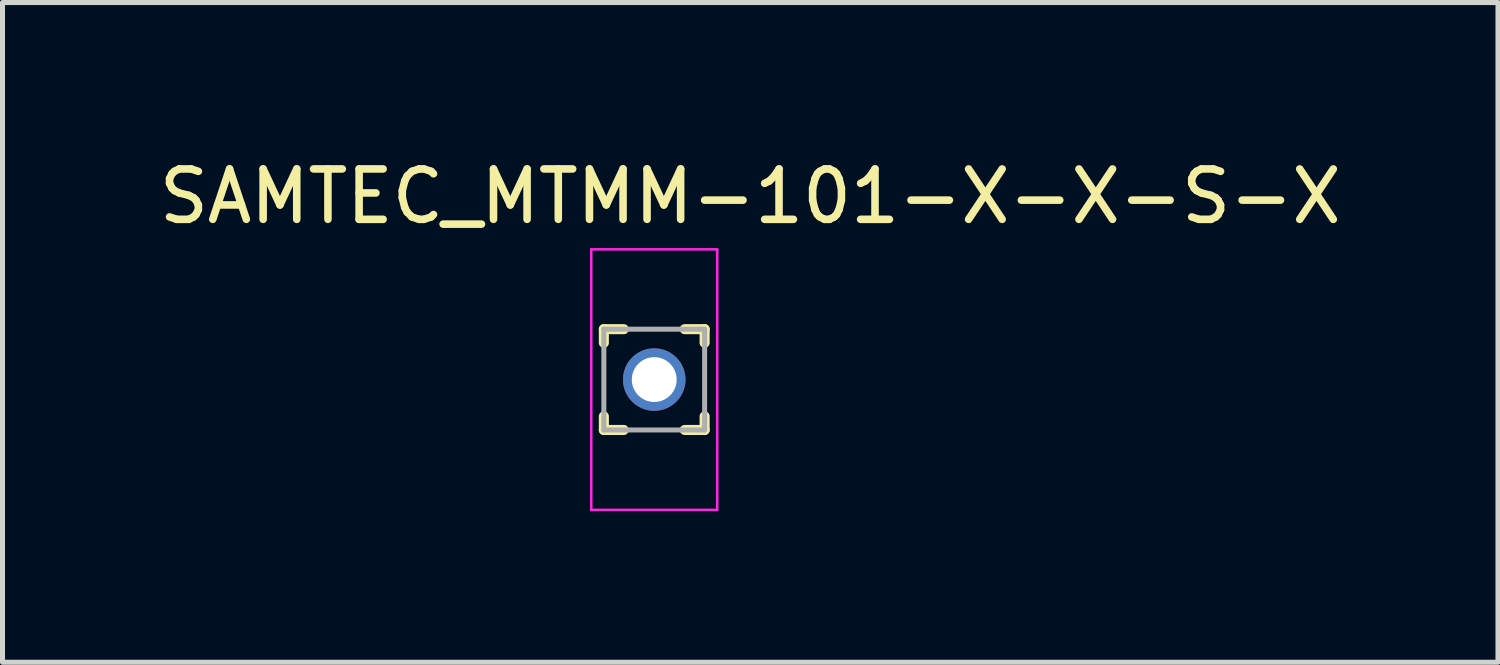
<source format=kicad_pcb>
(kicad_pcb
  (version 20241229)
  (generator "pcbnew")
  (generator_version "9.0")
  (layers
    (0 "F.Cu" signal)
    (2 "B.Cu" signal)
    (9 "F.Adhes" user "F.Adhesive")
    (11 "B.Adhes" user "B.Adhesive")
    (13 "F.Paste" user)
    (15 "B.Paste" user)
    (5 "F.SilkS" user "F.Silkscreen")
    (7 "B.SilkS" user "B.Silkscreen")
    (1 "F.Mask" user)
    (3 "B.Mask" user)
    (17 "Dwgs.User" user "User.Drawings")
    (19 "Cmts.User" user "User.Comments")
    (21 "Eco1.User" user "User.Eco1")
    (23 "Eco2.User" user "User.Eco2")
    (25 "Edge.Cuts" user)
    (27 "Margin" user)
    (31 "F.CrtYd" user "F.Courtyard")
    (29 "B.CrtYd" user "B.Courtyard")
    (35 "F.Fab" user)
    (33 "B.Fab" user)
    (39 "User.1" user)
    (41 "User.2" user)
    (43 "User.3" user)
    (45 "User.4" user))
  (footprint "SAMTEC_MTMM-101-X-X-S-X"
    (layer "F.Cu")
    (at 9.934 4.483)
    (property "Reference" "SAMTEC_MTMM-101-X-X-S-X" (at 1.905 -3.635 0) (layer "F.SilkS") (effects (font (size 1 1) (thickness 0.15))))
    (attr through_hole)
    (fp_line (start -1 -1) (end -1 -0.73) (stroke (width 0.2) (type solid)) (layer "F.SilkS"))
    (fp_line (start -1 -1) (end -0.605 -1) (stroke (width 0.2) (type solid)) (layer "F.SilkS"))
    (fp_line (start -1 1) (end -1 0.73) (stroke (width 0.2) (type solid)) (layer "F.SilkS"))
    (fp_line (start -0.605 1) (end -1 1) (stroke (width 0.2) (type solid)) (layer "F.SilkS"))
    (fp_line (start 0.605 -1) (end 1 -1) (stroke (width 0.2) (type solid)) (layer "F.SilkS"))
    (fp_line (start 1 -1) (end 1 -0.73) (stroke (width 0.2) (type solid)) (layer "F.SilkS"))
    (fp_line (start 1 1) (end 0.605 1) (stroke (width 0.2) (type solid)) (layer "F.SilkS"))
    (fp_line (start 1 1) (end 1 0.73) (stroke (width 0.2) (type solid)) (layer "F.SilkS"))
    (fp_poly (pts (xy -0.255 -2.335) (xy 0.255 -2.335) (xy 0.255 -0.38) (xy 0.815 -0.38) (xy 0.815 0.38) (xy 0.255 0.38) (xy 0.255 2.335) (xy -0.255 2.335) (xy -0.255 0.38) (xy -0.815 0.38) (xy -0.815 -0.38) (xy -0.255 -0.38)) (stroke (width 0.01) (type solid)) (fill yes) (layer "F.Paste"))
    (fp_line (start -1.25 -2.585) (end 1.25 -2.585) (stroke (width 0.05) (type solid)) (layer "F.CrtYd"))
    (fp_line (start -1.25 2.585) (end -1.25 -2.585) (stroke (width 0.05) (type solid)) (layer "F.CrtYd"))
    (fp_line (start 1.25 -2.585) (end 1.25 2.585) (stroke (width 0.05) (type solid)) (layer "F.CrtYd"))
    (fp_line (start 1.25 2.585) (end -1.25 2.585) (stroke (width 0.05) (type solid)) (layer "F.CrtYd"))
    (fp_line (start -1 -1) (end 1 -1) (stroke (width 0.1) (type solid)) (layer "F.Fab"))
    (fp_line (start -1 1) (end -1 -1) (stroke (width 0.1) (type solid)) (layer "F.Fab"))
    (fp_line (start 1 -1) (end 1 1) (stroke (width 0.1) (type solid)) (layer "F.Fab"))
    (fp_line (start 1 1) (end -1 1) (stroke (width 0.1) (type solid)) (layer "F.Fab"))
    (pad "01" thru_hole circle (at 0 0) (size 1.24 1.24) (drill 0.89) (layers "*.Cu" "*.Mask")))
  (gr_rect
    (start -3 -3)
    (end 26.679 10.093)
    (stroke (width 0.1) (type default))
    (fill no)
    (layer "Edge.Cuts")))
</source>
